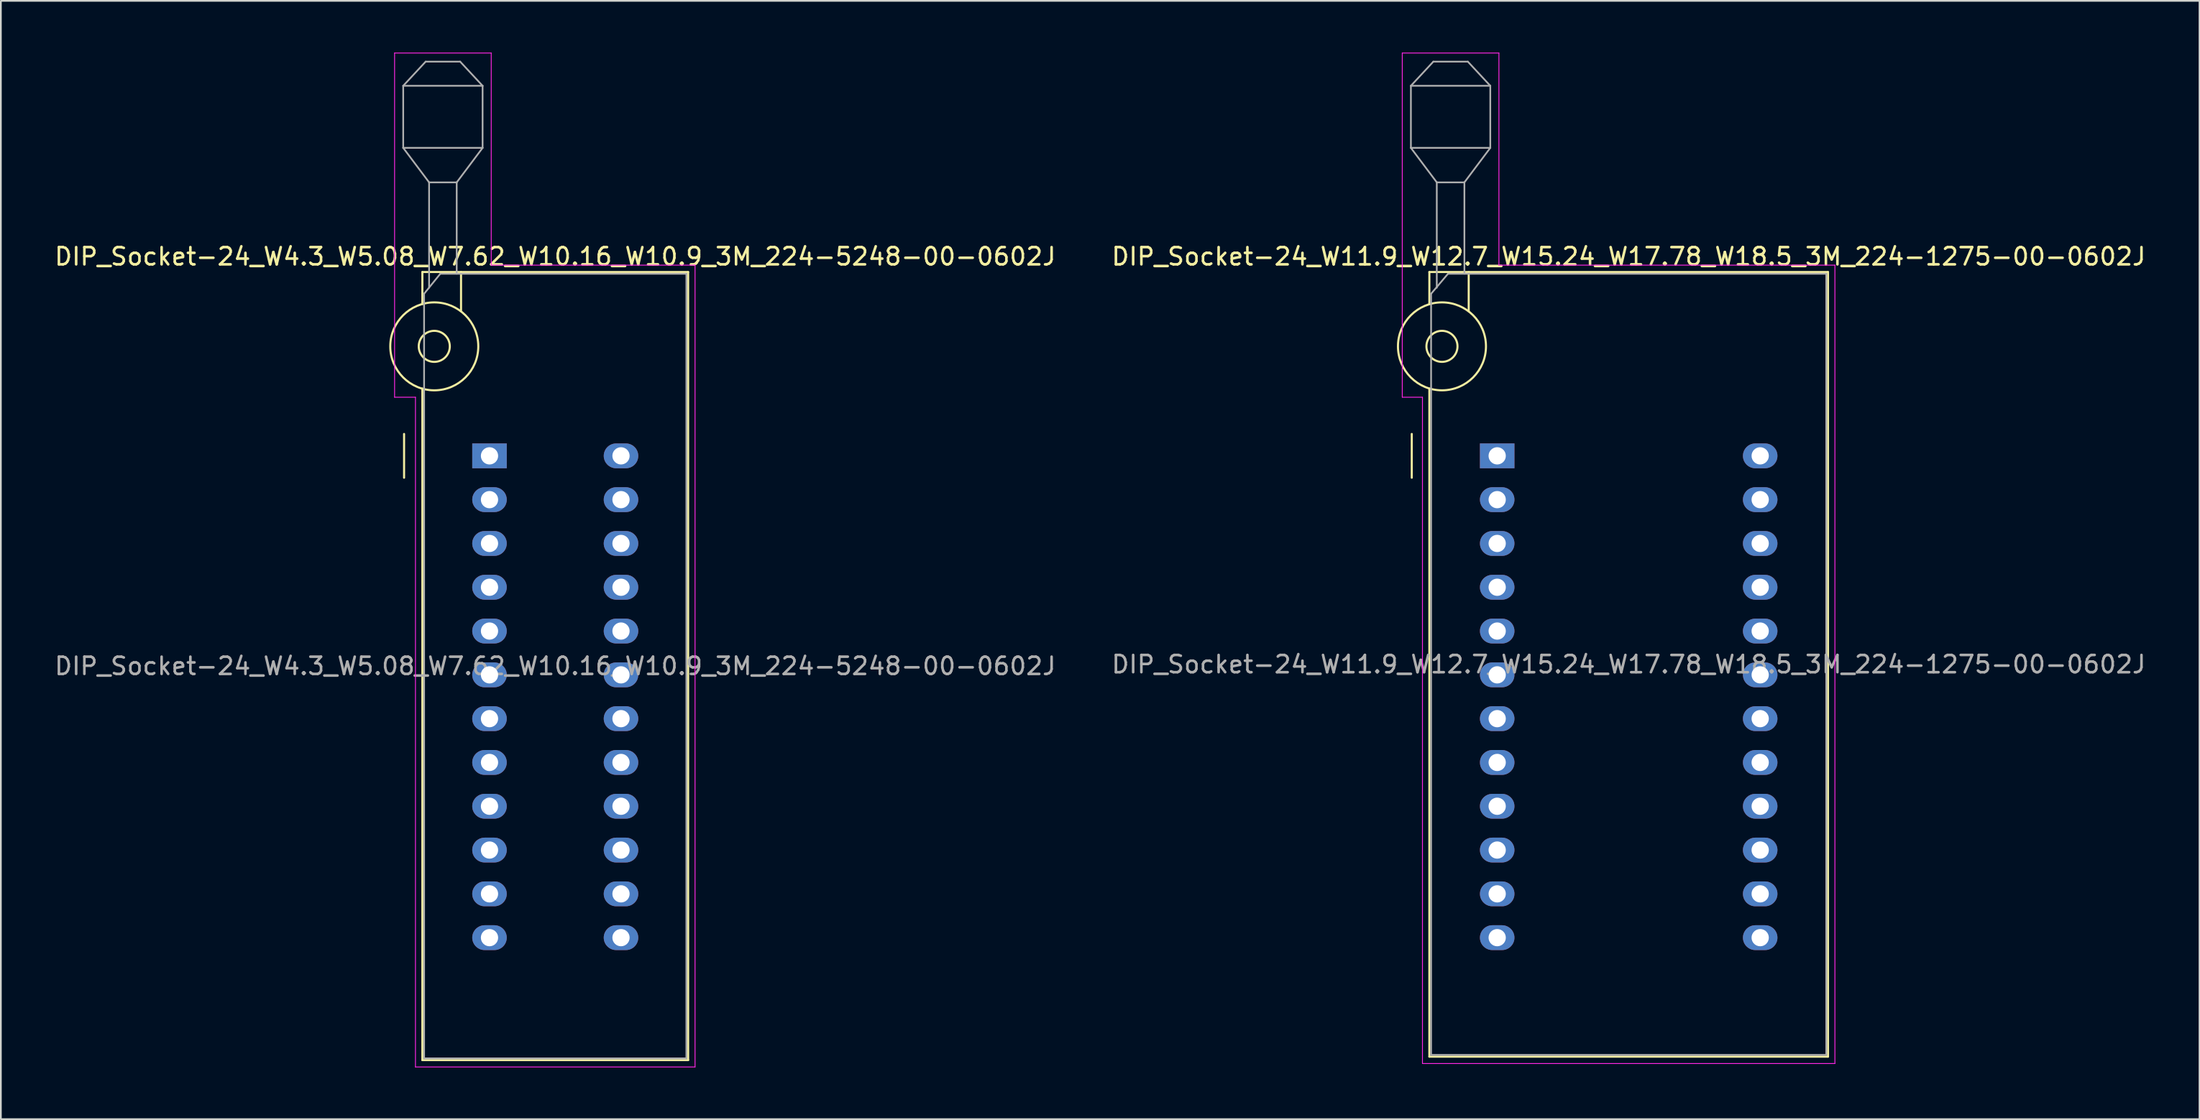
<source format=kicad_pcb>
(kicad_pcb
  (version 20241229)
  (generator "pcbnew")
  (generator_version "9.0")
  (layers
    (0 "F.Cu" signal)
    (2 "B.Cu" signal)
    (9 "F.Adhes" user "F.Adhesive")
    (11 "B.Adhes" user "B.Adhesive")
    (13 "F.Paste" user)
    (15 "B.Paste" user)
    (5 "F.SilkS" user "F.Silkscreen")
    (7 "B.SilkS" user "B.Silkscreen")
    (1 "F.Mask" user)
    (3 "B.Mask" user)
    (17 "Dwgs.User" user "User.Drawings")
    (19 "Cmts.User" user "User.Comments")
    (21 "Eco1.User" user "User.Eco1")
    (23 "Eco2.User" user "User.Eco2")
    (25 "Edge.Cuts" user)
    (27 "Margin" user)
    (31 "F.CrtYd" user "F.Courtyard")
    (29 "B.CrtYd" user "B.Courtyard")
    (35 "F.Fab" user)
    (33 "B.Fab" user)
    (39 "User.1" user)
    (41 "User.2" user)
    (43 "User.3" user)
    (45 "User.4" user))
  (footprint "DIP_Socket-24_W4.3_W5.08_W7.62_W10.16_W10.9_3M_224-5248-00-0602J"
    (layer "F.Cu")
    (at 25.315 23.385)
    (property "Reference" "DIP_Socket-24_W4.3_W5.08_W7.62_W10.16_W10.9_3M_224-5248-00-0602J" (at 3.81 -11.56 0) (layer "F.SilkS") (effects (font (size 1 1) (thickness 0.15))))
    (attr through_hole)
    (fp_line (start -4.95 1.27) (end -4.95 -1.27) (stroke (width 0.12) (type solid)) (layer "F.SilkS"))
    (fp_line (start -3.89 -10.66) (end -3.89 -8.8) (stroke (width 0.12) (type solid)) (layer "F.SilkS"))
    (fp_line (start -3.89 -3.9) (end -3.89 35.04) (stroke (width 0.12) (type solid)) (layer "F.SilkS"))
    (fp_line (start -3.89 35.04) (end 11.51 35.04) (stroke (width 0.12) (type solid)) (layer "F.SilkS"))
    (fp_line (start -1.65 -10.66) (end -1.65 -8.4) (stroke (width 0.12) (type solid)) (layer "F.SilkS"))
    (fp_line (start 11.51 -10.66) (end -3.89 -10.66) (stroke (width 0.12) (type solid)) (layer "F.SilkS"))
    (fp_line (start 11.51 35.04) (end 11.51 -10.66) (stroke (width 0.12) (type solid)) (layer "F.SilkS"))
    (fp_circle (center -3.2 -6.35) (end -2.3 -6.35) (stroke (width 0.12) (type solid)) (fill no) (layer "F.SilkS"))
    (fp_circle (center -3.2 -6.35) (end -0.65 -6.35) (stroke (width 0.12) (type solid)) (fill no) (layer "F.SilkS"))
    (fp_line (start -5.5 -23.36) (end 0.1 -23.36) (stroke (width 0.05) (type solid)) (layer "F.CrtYd"))
    (fp_line (start -5.5 -3.4) (end -5.5 -23.36) (stroke (width 0.05) (type solid)) (layer "F.CrtYd"))
    (fp_line (start -4.29 -3.4) (end -5.5 -3.4) (stroke (width 0.05) (type solid)) (layer "F.CrtYd"))
    (fp_line (start -4.29 35.44) (end -4.29 -3.4) (stroke (width 0.05) (type solid)) (layer "F.CrtYd"))
    (fp_line (start 0.1 -23.36) (end 0.1 -11.06) (stroke (width 0.05) (type solid)) (layer "F.CrtYd"))
    (fp_line (start 0.1 -11.06) (end 11.91 -11.06) (stroke (width 0.05) (type solid)) (layer "F.CrtYd"))
    (fp_line (start 11.91 -11.06) (end 11.91 35.44) (stroke (width 0.05) (type solid)) (layer "F.CrtYd"))
    (fp_line (start 11.91 35.44) (end -4.29 35.44) (stroke (width 0.05) (type solid)) (layer "F.CrtYd"))
    (fp_line (start -5 -21.46) (end -5 -17.86) (stroke (width 0.1) (type solid)) (layer "F.Fab"))
    (fp_line (start -5 -21.46) (end -3.7 -22.86) (stroke (width 0.1) (type solid)) (layer "F.Fab"))
    (fp_line (start -5 -17.86) (end -3.5 -15.86) (stroke (width 0.1) (type solid)) (layer "F.Fab"))
    (fp_line (start -5 -17.86) (end -0.4 -17.86) (stroke (width 0.1) (type solid)) (layer "F.Fab"))
    (fp_line (start -3.79 -9.4) (end -2.85 -10.56) (stroke (width 0.1) (type solid)) (layer "F.Fab"))
    (fp_line (start -3.79 34.94) (end -3.79 -9.4) (stroke (width 0.1) (type solid)) (layer "F.Fab"))
    (fp_line (start -3.7 -22.86) (end -1.7 -22.86) (stroke (width 0.1) (type solid)) (layer "F.Fab"))
    (fp_line (start -3.5 -15.86) (end -1.9 -15.86) (stroke (width 0.1) (type solid)) (layer "F.Fab"))
    (fp_line (start -3.5 -9.75) (end -3.5 -15.86) (stroke (width 0.1) (type solid)) (layer "F.Fab"))
    (fp_line (start -2.85 -10.56) (end 11.41 -10.56) (stroke (width 0.1) (type solid)) (layer "F.Fab"))
    (fp_line (start -1.9 -15.86) (end -1.9 -10.56) (stroke (width 0.1) (type solid)) (layer "F.Fab"))
    (fp_line (start -1.7 -22.86) (end -0.4 -21.46) (stroke (width 0.1) (type solid)) (layer "F.Fab"))
    (fp_line (start -0.4 -21.46) (end -5 -21.46) (stroke (width 0.1) (type solid)) (layer "F.Fab"))
    (fp_line (start -0.4 -17.86) (end -1.9 -15.86) (stroke (width 0.1) (type solid)) (layer "F.Fab"))
    (fp_line (start -0.4 -17.86) (end -0.4 -21.46) (stroke (width 0.1) (type solid)) (layer "F.Fab"))
    (fp_line (start 11.41 -10.56) (end 11.41 34.94) (stroke (width 0.1) (type solid)) (layer "F.Fab"))
    (fp_line (start 11.41 34.94) (end -3.79 34.94) (stroke (width 0.1) (type solid)) (layer "F.Fab"))
    (fp_text user "${REFERENCE}" (at 3.81 12.19 0) (layer "F.Fab") (effects (font (size 1 1) (thickness 0.15))))
    (pad "1" thru_hole rect (at 0 0) (size 2 1.44) (drill 1) (layers "*.Cu" "*.Mask"))
    (pad "2" thru_hole oval (at 0 2.54) (size 2 1.44) (drill 1) (layers "*.Cu" "*.Mask"))
    (pad "3" thru_hole oval (at 0 5.08) (size 2 1.44) (drill 1) (layers "*.Cu" "*.Mask"))
    (pad "4" thru_hole oval (at 0 7.62) (size 2 1.44) (drill 1) (layers "*.Cu" "*.Mask"))
    (pad "5" thru_hole oval (at 0 10.16) (size 2 1.44) (drill 1) (layers "*.Cu" "*.Mask"))
    (pad "6" thru_hole oval (at 0 12.7) (size 2 1.44) (drill 1) (layers "*.Cu" "*.Mask"))
    (pad "7" thru_hole oval (at 0 15.24) (size 2 1.44) (drill 1) (layers "*.Cu" "*.Mask"))
    (pad "8" thru_hole oval (at 0 17.78) (size 2 1.44) (drill 1) (layers "*.Cu" "*.Mask"))
    (pad "9" thru_hole oval (at 0 20.32) (size 2 1.44) (drill 1) (layers "*.Cu" "*.Mask"))
    (pad "10" thru_hole oval (at 0 22.86) (size 2 1.44) (drill 1) (layers "*.Cu" "*.Mask"))
    (pad "11" thru_hole oval (at 0 25.4) (size 2 1.44) (drill 1) (layers "*.Cu" "*.Mask"))
    (pad "12" thru_hole oval (at 0 27.94) (size 2 1.44) (drill 1) (layers "*.Cu" "*.Mask"))
    (pad "13" thru_hole oval (at 7.62 27.94) (size 2 1.44) (drill 1) (layers "*.Cu" "*.Mask"))
    (pad "14" thru_hole oval (at 7.62 25.4) (size 2 1.44) (drill 1) (layers "*.Cu" "*.Mask"))
    (pad "15" thru_hole oval (at 7.62 22.86) (size 2 1.44) (drill 1) (layers "*.Cu" "*.Mask"))
    (pad "16" thru_hole oval (at 7.62 20.32) (size 2 1.44) (drill 1) (layers "*.Cu" "*.Mask"))
    (pad "17" thru_hole oval (at 7.62 17.78) (size 2 1.44) (drill 1) (layers "*.Cu" "*.Mask"))
    (pad "18" thru_hole oval (at 7.62 15.24) (size 2 1.44) (drill 1) (layers "*.Cu" "*.Mask"))
    (pad "19" thru_hole oval (at 7.62 12.7) (size 2 1.44) (drill 1) (layers "*.Cu" "*.Mask"))
    (pad "20" thru_hole oval (at 7.62 10.16) (size 2 1.44) (drill 1) (layers "*.Cu" "*.Mask"))
    (pad "21" thru_hole oval (at 7.62 7.62) (size 2 1.44) (drill 1) (layers "*.Cu" "*.Mask"))
    (pad "22" thru_hole oval (at 7.62 5.08) (size 2 1.44) (drill 1) (layers "*.Cu" "*.Mask"))
    (pad "23" thru_hole oval (at 7.62 2.54) (size 2 1.44) (drill 1) (layers "*.Cu" "*.Mask"))
    (pad "24" thru_hole oval (at 7.62 0) (size 2 1.44) (drill 1) (layers "*.Cu" "*.Mask")))
  (footprint "DIP_Socket-24_W11.9_W12.7_W15.24_W17.78_W18.5_3M_224-1275-00-0602J"
    (layer "F.Cu")
    (at 83.707 23.385)
    (property "Reference" "DIP_Socket-24_W11.9_W12.7_W15.24_W17.78_W18.5_3M_224-1275-00-0602J" (at 7.62 -11.56 0) (layer "F.SilkS") (effects (font (size 1 1) (thickness 0.15))))
    (attr through_hole)
    (fp_line (start -4.95 1.27) (end -4.95 -1.27) (stroke (width 0.12) (type solid)) (layer "F.SilkS"))
    (fp_line (start -3.93 -10.66) (end -3.93 -8.8) (stroke (width 0.12) (type solid)) (layer "F.SilkS"))
    (fp_line (start -3.93 -3.9) (end -3.93 34.84) (stroke (width 0.12) (type solid)) (layer "F.SilkS"))
    (fp_line (start -3.93 34.84) (end 19.17 34.84) (stroke (width 0.12) (type solid)) (layer "F.SilkS"))
    (fp_line (start -1.65 -10.66) (end -1.65 -8.4) (stroke (width 0.12) (type solid)) (layer "F.SilkS"))
    (fp_line (start 19.17 -10.66) (end -3.93 -10.66) (stroke (width 0.12) (type solid)) (layer "F.SilkS"))
    (fp_line (start 19.17 34.84) (end 19.17 -10.66) (stroke (width 0.12) (type solid)) (layer "F.SilkS"))
    (fp_circle (center -3.2 -6.35) (end -2.3 -6.35) (stroke (width 0.12) (type solid)) (fill no) (layer "F.SilkS"))
    (fp_circle (center -3.2 -6.35) (end -0.65 -6.35) (stroke (width 0.12) (type solid)) (fill no) (layer "F.SilkS"))
    (fp_line (start -5.5 -23.36) (end 0.1 -23.36) (stroke (width 0.05) (type solid)) (layer "F.CrtYd"))
    (fp_line (start -5.5 -3.4) (end -5.5 -23.36) (stroke (width 0.05) (type solid)) (layer "F.CrtYd"))
    (fp_line (start -4.33 -3.4) (end -5.5 -3.4) (stroke (width 0.05) (type solid)) (layer "F.CrtYd"))
    (fp_line (start -4.33 35.24) (end -4.33 -3.4) (stroke (width 0.05) (type solid)) (layer "F.CrtYd"))
    (fp_line (start 0.1 -23.36) (end 0.1 -11.06) (stroke (width 0.05) (type solid)) (layer "F.CrtYd"))
    (fp_line (start 0.1 -11.06) (end 19.57 -11.06) (stroke (width 0.05) (type solid)) (layer "F.CrtYd"))
    (fp_line (start 19.57 -11.06) (end 19.57 35.24) (stroke (width 0.05) (type solid)) (layer "F.CrtYd"))
    (fp_line (start 19.57 35.24) (end -4.33 35.24) (stroke (width 0.05) (type solid)) (layer "F.CrtYd"))
    (fp_line (start -5 -21.46) (end -5 -17.86) (stroke (width 0.1) (type solid)) (layer "F.Fab"))
    (fp_line (start -5 -21.46) (end -3.7 -22.86) (stroke (width 0.1) (type solid)) (layer "F.Fab"))
    (fp_line (start -5 -17.86) (end -3.5 -15.86) (stroke (width 0.1) (type solid)) (layer "F.Fab"))
    (fp_line (start -5 -17.86) (end -0.4 -17.86) (stroke (width 0.1) (type solid)) (layer "F.Fab"))
    (fp_line (start -3.83 -9.4) (end -2.85 -10.56) (stroke (width 0.1) (type solid)) (layer "F.Fab"))
    (fp_line (start -3.83 34.74) (end -3.83 -9.4) (stroke (width 0.1) (type solid)) (layer "F.Fab"))
    (fp_line (start -3.7 -22.86) (end -1.7 -22.86) (stroke (width 0.1) (type solid)) (layer "F.Fab"))
    (fp_line (start -3.5 -15.86) (end -1.9 -15.86) (stroke (width 0.1) (type solid)) (layer "F.Fab"))
    (fp_line (start -3.5 -9.75) (end -3.5 -15.86) (stroke (width 0.1) (type solid)) (layer "F.Fab"))
    (fp_line (start -2.85 -10.56) (end 19.07 -10.56) (stroke (width 0.1) (type solid)) (layer "F.Fab"))
    (fp_line (start -1.9 -15.86) (end -1.9 -10.56) (stroke (width 0.1) (type solid)) (layer "F.Fab"))
    (fp_line (start -1.7 -22.86) (end -0.4 -21.46) (stroke (width 0.1) (type solid)) (layer "F.Fab"))
    (fp_line (start -0.4 -21.46) (end -5 -21.46) (stroke (width 0.1) (type solid)) (layer "F.Fab"))
    (fp_line (start -0.4 -17.86) (end -1.9 -15.86) (stroke (width 0.1) (type solid)) (layer "F.Fab"))
    (fp_line (start -0.4 -17.86) (end -0.4 -21.46) (stroke (width 0.1) (type solid)) (layer "F.Fab"))
    (fp_line (start 19.07 -10.56) (end 19.07 34.74) (stroke (width 0.1) (type solid)) (layer "F.Fab"))
    (fp_line (start 19.07 34.74) (end -3.83 34.74) (stroke (width 0.1) (type solid)) (layer "F.Fab"))
    (fp_text user "${REFERENCE}" (at 7.62 12.09 0) (layer "F.Fab") (effects (font (size 1 1) (thickness 0.15))))
    (pad "1" thru_hole rect (at 0 0) (size 2 1.44) (drill 1) (layers "*.Cu" "*.Mask"))
    (pad "2" thru_hole oval (at 0 2.54) (size 2 1.44) (drill 1) (layers "*.Cu" "*.Mask"))
    (pad "3" thru_hole oval (at 0 5.08) (size 2 1.44) (drill 1) (layers "*.Cu" "*.Mask"))
    (pad "4" thru_hole oval (at 0 7.62) (size 2 1.44) (drill 1) (layers "*.Cu" "*.Mask"))
    (pad "5" thru_hole oval (at 0 10.16) (size 2 1.44) (drill 1) (layers "*.Cu" "*.Mask"))
    (pad "6" thru_hole oval (at 0 12.7) (size 2 1.44) (drill 1) (layers "*.Cu" "*.Mask"))
    (pad "7" thru_hole oval (at 0 15.24) (size 2 1.44) (drill 1) (layers "*.Cu" "*.Mask"))
    (pad "8" thru_hole oval (at 0 17.78) (size 2 1.44) (drill 1) (layers "*.Cu" "*.Mask"))
    (pad "9" thru_hole oval (at 0 20.32) (size 2 1.44) (drill 1) (layers "*.Cu" "*.Mask"))
    (pad "10" thru_hole oval (at 0 22.86) (size 2 1.44) (drill 1) (layers "*.Cu" "*.Mask"))
    (pad "11" thru_hole oval (at 0 25.4) (size 2 1.44) (drill 1) (layers "*.Cu" "*.Mask"))
    (pad "12" thru_hole oval (at 0 27.94) (size 2 1.44) (drill 1) (layers "*.Cu" "*.Mask"))
    (pad "13" thru_hole oval (at 15.24 27.94) (size 2 1.44) (drill 1) (layers "*.Cu" "*.Mask"))
    (pad "14" thru_hole oval (at 15.24 25.4) (size 2 1.44) (drill 1) (layers "*.Cu" "*.Mask"))
    (pad "15" thru_hole oval (at 15.24 22.86) (size 2 1.44) (drill 1) (layers "*.Cu" "*.Mask"))
    (pad "16" thru_hole oval (at 15.24 20.32) (size 2 1.44) (drill 1) (layers "*.Cu" "*.Mask"))
    (pad "17" thru_hole oval (at 15.24 17.78) (size 2 1.44) (drill 1) (layers "*.Cu" "*.Mask"))
    (pad "18" thru_hole oval (at 15.24 15.24) (size 2 1.44) (drill 1) (layers "*.Cu" "*.Mask"))
    (pad "19" thru_hole oval (at 15.24 12.7) (size 2 1.44) (drill 1) (layers "*.Cu" "*.Mask"))
    (pad "20" thru_hole oval (at 15.24 10.16) (size 2 1.44) (drill 1) (layers "*.Cu" "*.Mask"))
    (pad "21" thru_hole oval (at 15.24 7.62) (size 2 1.44) (drill 1) (layers "*.Cu" "*.Mask"))
    (pad "22" thru_hole oval (at 15.24 5.08) (size 2 1.44) (drill 1) (layers "*.Cu" "*.Mask"))
    (pad "23" thru_hole oval (at 15.24 2.54) (size 2 1.44) (drill 1) (layers "*.Cu" "*.Mask"))
    (pad "24" thru_hole oval (at 15.24 0) (size 2 1.44) (drill 1) (layers "*.Cu" "*.Mask")))
  (gr_rect
    (start -3 -3)
    (end 124.405 61.85)
    (stroke (width 0.1) (type default))
    (fill no)
    (layer "Edge.Cuts")))
</source>
